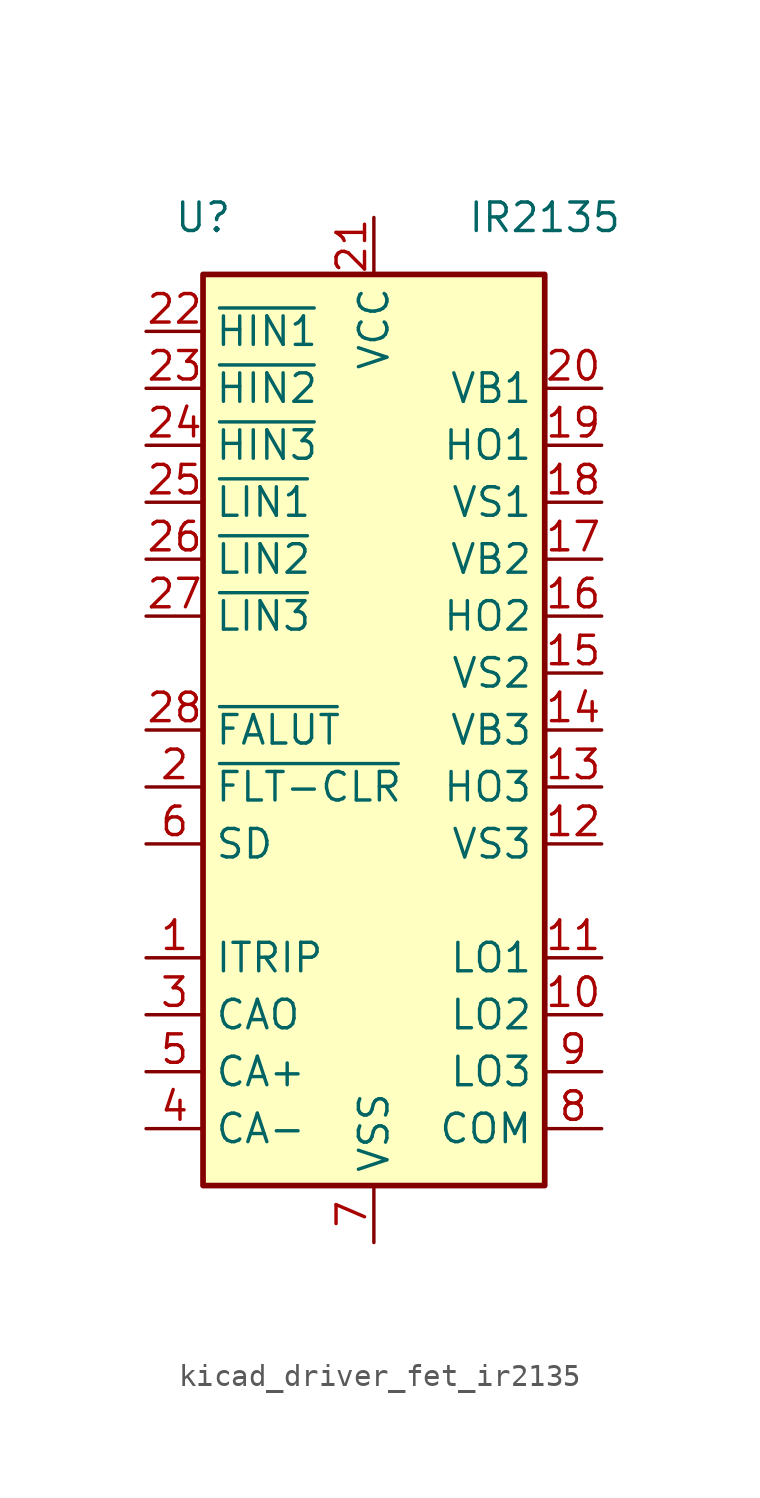
<source format=kicad_sym>
(kicad_symbol_lib
  (version 20220914)
  (generator kicad_symbol_editor)
  (symbol "kicad_driver_fet_ir2135"
    (property "Reference" "U"
      (at -7.62 22.86 0)
      (effects (font (size 1.27 1.27))))
    (property "Value" "IR2135"
      (at 7.62 22.86 0)
      (effects (font (size 1.27 1.27))))
    (symbol "kicad_driver_fet_ir2135_0_1"
      (rectangle (start -7.62 -20.32) (end 7.62 20.32) (stroke (width 0.254) (type default)) (fill (type background))))
    (symbol "kicad_driver_fet_ir2135_1_1"
      (pin input line (at -10.16 -10.16 0) (length 2.54) (name "ITRIP" (effects (font (size 1.27 1.27)))) (number "1" (effects (font (size 1.27 1.27)))))
      (pin output line (at 10.16 -12.7 180) (length 2.54) (name "LO2" (effects (font (size 1.27 1.27)))) (number "10" (effects (font (size 1.27 1.27)))))
      (pin output line (at 10.16 -10.16 180) (length 2.54) (name "LO1" (effects (font (size 1.27 1.27)))) (number "11" (effects (font (size 1.27 1.27)))))
      (pin passive line (at 10.16 -5.08 180) (length 2.54) (name "VS3" (effects (font (size 1.27 1.27)))) (number "12" (effects (font (size 1.27 1.27)))))
      (pin output line (at 10.16 -2.54 180) (length 2.54) (name "HO3" (effects (font (size 1.27 1.27)))) (number "13" (effects (font (size 1.27 1.27)))))
      (pin passive line (at 10.16 0 180) (length 2.54) (name "VB3" (effects (font (size 1.27 1.27)))) (number "14" (effects (font (size 1.27 1.27)))))
      (pin passive line (at 10.16 2.54 180) (length 2.54) (name "VS2" (effects (font (size 1.27 1.27)))) (number "15" (effects (font (size 1.27 1.27)))))
      (pin output line (at 10.16 5.08 180) (length 2.54) (name "HO2" (effects (font (size 1.27 1.27)))) (number "16" (effects (font (size 1.27 1.27)))))
      (pin passive line (at 10.16 7.62 180) (length 2.54) (name "VB2" (effects (font (size 1.27 1.27)))) (number "17" (effects (font (size 1.27 1.27)))))
      (pin passive line (at 10.16 10.16 180) (length 2.54) (name "VS1" (effects (font (size 1.27 1.27)))) (number "18" (effects (font (size 1.27 1.27)))))
      (pin output line (at 10.16 12.7 180) (length 2.54) (name "HO1" (effects (font (size 1.27 1.27)))) (number "19" (effects (font (size 1.27 1.27)))))
      (pin input line (at -10.16 -2.54 0) (length 2.54) (name "~{FLT-CLR}" (effects (font (size 1.27 1.27)))) (number "2" (effects (font (size 1.27 1.27)))))
      (pin passive line (at 10.16 15.24 180) (length 2.54) (name "VB1" (effects (font (size 1.27 1.27)))) (number "20" (effects (font (size 1.27 1.27)))))
      (pin power_in line (at 0 22.86 270) (length 2.54) (name "VCC" (effects (font (size 1.27 1.27)))) (number "21" (effects (font (size 1.27 1.27)))))
      (pin input line (at -10.16 17.78 0) (length 2.54) (name "~{HIN1}" (effects (font (size 1.27 1.27)))) (number "22" (effects (font (size 1.27 1.27)))))
      (pin input line (at -10.16 15.24 0) (length 2.54) (name "~{HIN2}" (effects (font (size 1.27 1.27)))) (number "23" (effects (font (size 1.27 1.27)))))
      (pin input line (at -10.16 12.7 0) (length 2.54) (name "~{HIN3}" (effects (font (size 1.27 1.27)))) (number "24" (effects (font (size 1.27 1.27)))))
      (pin input line (at -10.16 10.16 0) (length 2.54) (name "~{LIN1}" (effects (font (size 1.27 1.27)))) (number "25" (effects (font (size 1.27 1.27)))))
      (pin input line (at -10.16 7.62 0) (length 2.54) (name "~{LIN2}" (effects (font (size 1.27 1.27)))) (number "26" (effects (font (size 1.27 1.27)))))
      (pin input line (at -10.16 5.08 0) (length 2.54) (name "~{LIN3}" (effects (font (size 1.27 1.27)))) (number "27" (effects (font (size 1.27 1.27)))))
      (pin output line (at -10.16 0 0) (length 2.54) (name "~{FALUT}" (effects (font (size 1.27 1.27)))) (number "28" (effects (font (size 1.27 1.27)))))
      (pin output line (at -10.16 -12.7 0) (length 2.54) (name "CAO" (effects (font (size 1.27 1.27)))) (number "3" (effects (font (size 1.27 1.27)))))
      (pin input line (at -10.16 -17.78 0) (length 2.54) (name "CA-" (effects (font (size 1.27 1.27)))) (number "4" (effects (font (size 1.27 1.27)))))
      (pin input line (at -10.16 -15.24 0) (length 2.54) (name "CA+" (effects (font (size 1.27 1.27)))) (number "5" (effects (font (size 1.27 1.27)))))
      (pin input line (at -10.16 -5.08 0) (length 2.54) (name "SD" (effects (font (size 1.27 1.27)))) (number "6" (effects (font (size 1.27 1.27)))))
      (pin power_in line (at 0 -22.86 90) (length 2.54) (name "VSS" (effects (font (size 1.27 1.27)))) (number "7" (effects (font (size 1.27 1.27)))))
      (pin passive line (at 10.16 -17.78 180) (length 2.54) (name "COM" (effects (font (size 1.27 1.27)))) (number "8" (effects (font (size 1.27 1.27)))))
      (pin output line (at 10.16 -15.24 180) (length 2.54) (name "LO3" (effects (font (size 1.27 1.27)))) (number "9" (effects (font (size 1.27 1.27))))))))
</source>
